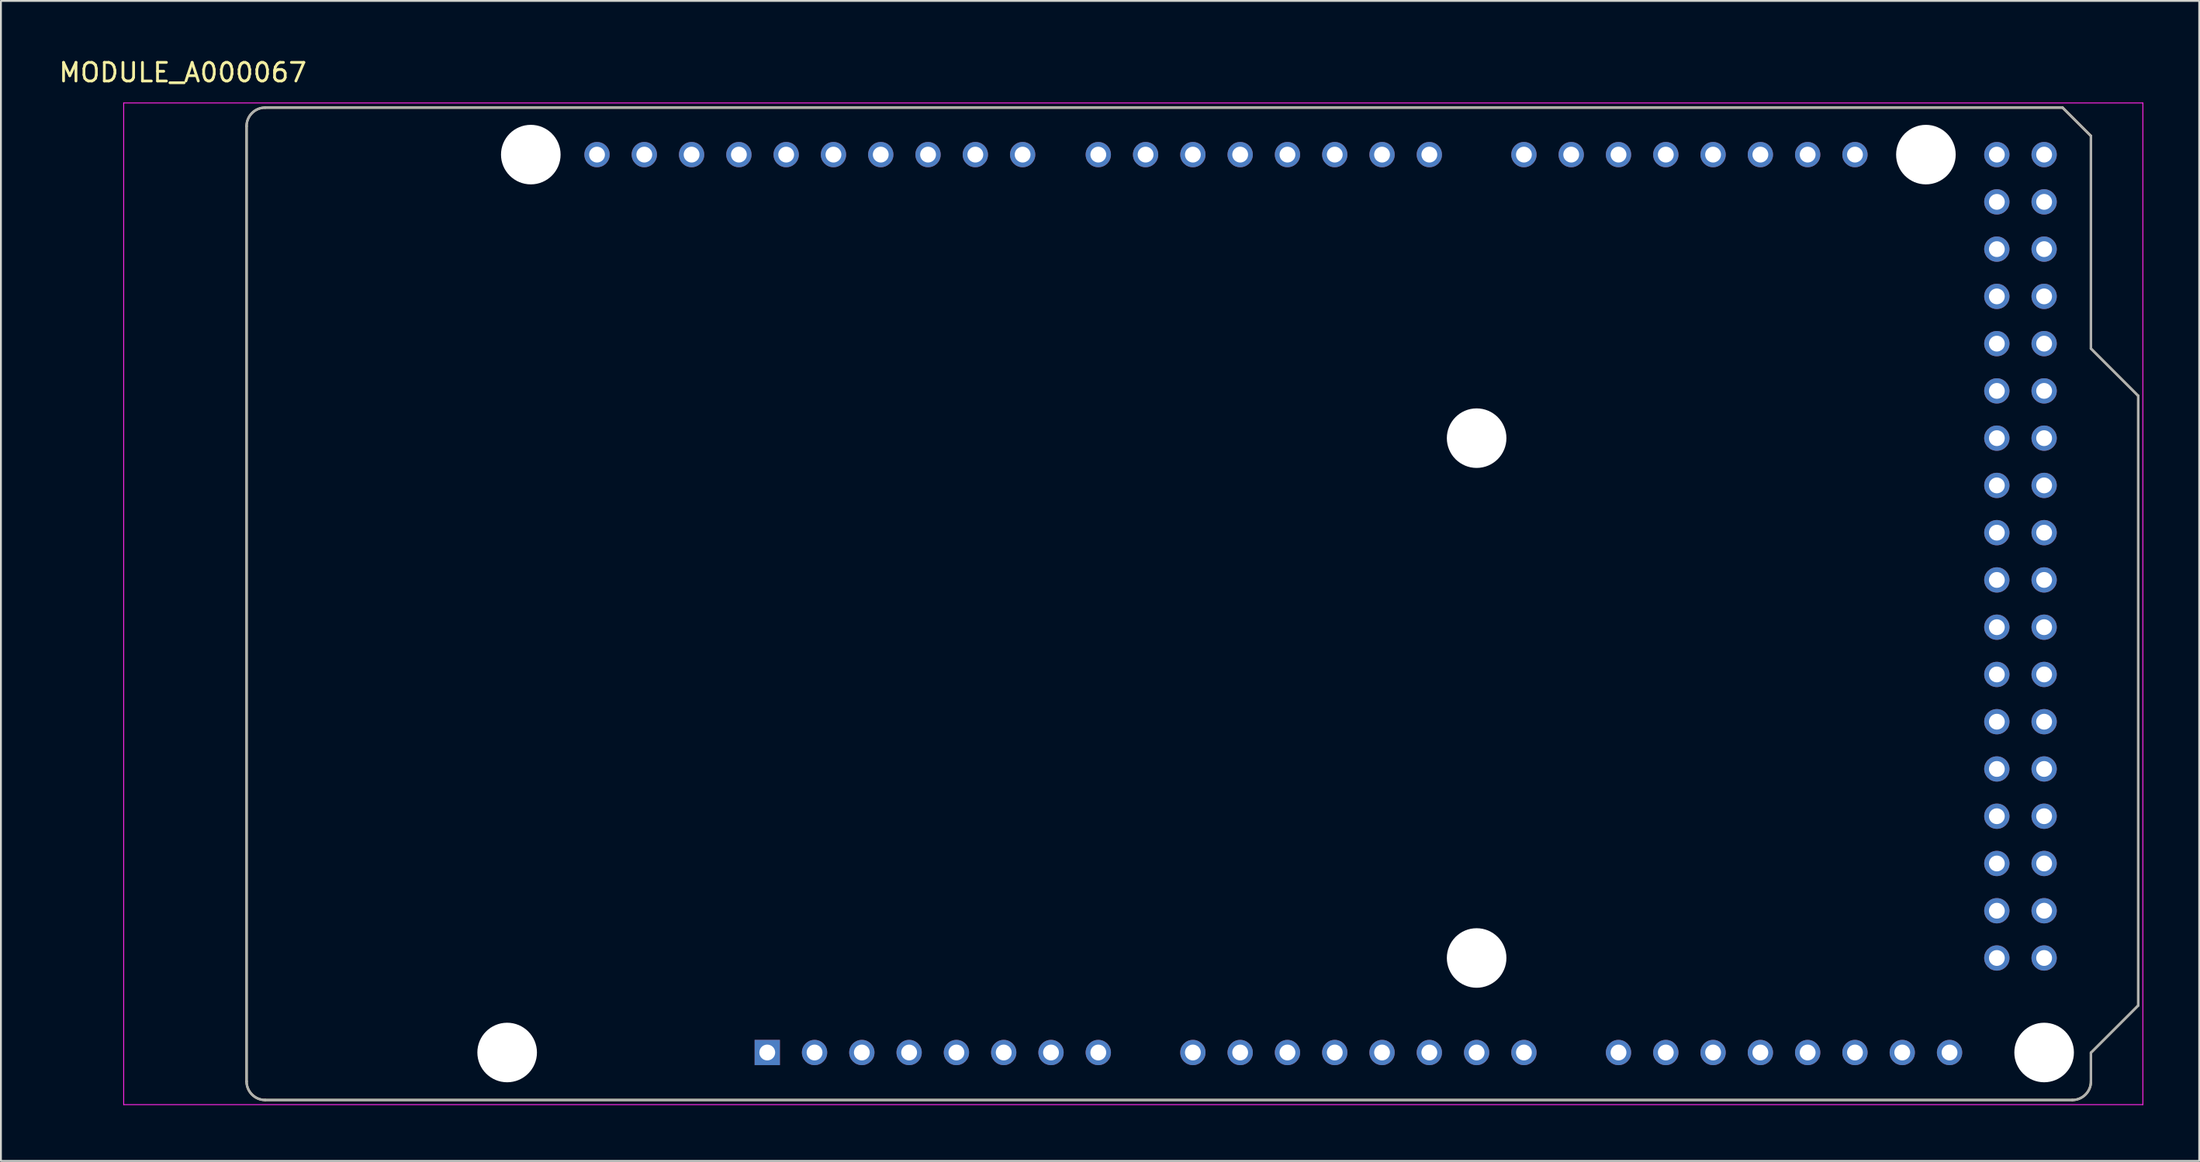
<source format=kicad_pcb>
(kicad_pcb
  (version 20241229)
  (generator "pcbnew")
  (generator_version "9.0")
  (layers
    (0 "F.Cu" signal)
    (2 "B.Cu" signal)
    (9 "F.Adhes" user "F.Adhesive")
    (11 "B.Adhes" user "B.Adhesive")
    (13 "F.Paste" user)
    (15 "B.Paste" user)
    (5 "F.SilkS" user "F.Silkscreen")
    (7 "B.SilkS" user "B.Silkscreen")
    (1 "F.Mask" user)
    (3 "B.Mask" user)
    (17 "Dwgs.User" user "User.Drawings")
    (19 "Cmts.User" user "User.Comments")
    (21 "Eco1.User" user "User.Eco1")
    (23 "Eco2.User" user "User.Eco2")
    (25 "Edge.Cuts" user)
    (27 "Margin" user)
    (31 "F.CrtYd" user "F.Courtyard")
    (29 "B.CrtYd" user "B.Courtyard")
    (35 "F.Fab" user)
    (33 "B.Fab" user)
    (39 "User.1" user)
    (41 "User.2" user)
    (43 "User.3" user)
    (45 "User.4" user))
  (footprint "MODULE_A000067"
    (layer "F.Cu")
    (at 60.993 29.403)
    (property "Reference" "MODULE_A000067" (at -54.225 -28.555 0) (layer "F.SilkS") (effects (font (size 1 1) (thickness 0.15))))
    (attr through_hole)
    (fp_line (start -50.8 25.67) (end -50.8 -25.67) (stroke (width 0.127) (type solid)) (layer "F.SilkS"))
    (fp_line (start -49.8 -26.67) (end 46.736 -26.67) (stroke (width 0.127) (type solid)) (layer "F.SilkS"))
    (fp_line (start 46.736 -26.67) (end 48.26 -25.146) (stroke (width 0.127) (type solid)) (layer "F.SilkS"))
    (fp_line (start 47.26 26.67) (end -49.8 26.67) (stroke (width 0.127) (type solid)) (layer "F.SilkS"))
    (fp_line (start 48.26 -25.146) (end 48.26 -13.716) (stroke (width 0.127) (type solid)) (layer "F.SilkS"))
    (fp_line (start 48.26 -13.716) (end 50.8 -11.176) (stroke (width 0.127) (type solid)) (layer "F.SilkS"))
    (fp_line (start 48.26 24.13) (end 48.26 25.67) (stroke (width 0.127) (type solid)) (layer "F.SilkS"))
    (fp_line (start 50.8 -11.176) (end 50.8 21.59) (stroke (width 0.127) (type solid)) (layer "F.SilkS"))
    (fp_line (start 50.8 21.59) (end 48.26 24.13) (stroke (width 0.127) (type solid)) (layer "F.SilkS"))
    (fp_arc (start -50.8 -25.67) (mid -50.507107 -26.377107) (end -49.8 -26.67) (stroke (width 0.127) (type solid)) (layer "F.SilkS"))
    (fp_arc (start -49.8 26.67) (mid -50.507107 26.377107) (end -50.8 25.67) (stroke (width 0.127) (type solid)) (layer "F.SilkS"))
    (fp_arc (start 48.26 25.67) (mid 47.967107 26.377107) (end 47.26 26.67) (stroke (width 0.127) (type solid)) (layer "F.SilkS"))
    (fp_line (start -57.4 -26.92) (end -57.4 26.92) (stroke (width 0.05) (type solid)) (layer "F.CrtYd"))
    (fp_line (start -57.4 26.92) (end 51.05 26.92) (stroke (width 0.05) (type solid)) (layer "F.CrtYd"))
    (fp_line (start 51.05 -26.92) (end -57.4 -26.92) (stroke (width 0.05) (type solid)) (layer "F.CrtYd"))
    (fp_line (start 51.05 26.92) (end 51.05 -26.92) (stroke (width 0.05) (type solid)) (layer "F.CrtYd"))
    (fp_line (start -50.8 25.67) (end -50.8 -25.67) (stroke (width 0.127) (type solid)) (layer "F.Fab"))
    (fp_line (start -49.8 -26.67) (end 46.736 -26.67) (stroke (width 0.127) (type solid)) (layer "F.Fab"))
    (fp_line (start 46.736 -26.67) (end 48.26 -25.146) (stroke (width 0.127) (type solid)) (layer "F.Fab"))
    (fp_line (start 47.26 26.67) (end -49.8 26.67) (stroke (width 0.127) (type solid)) (layer "F.Fab"))
    (fp_line (start 48.26 -25.146) (end 48.26 -13.716) (stroke (width 0.127) (type solid)) (layer "F.Fab"))
    (fp_line (start 48.26 -13.716) (end 50.8 -11.176) (stroke (width 0.127) (type solid)) (layer "F.Fab"))
    (fp_line (start 48.26 24.13) (end 48.26 25.67) (stroke (width 0.127) (type solid)) (layer "F.Fab"))
    (fp_line (start 50.8 -11.176) (end 50.8 21.59) (stroke (width 0.127) (type solid)) (layer "F.Fab"))
    (fp_line (start 50.8 21.59) (end 48.26 24.13) (stroke (width 0.127) (type solid)) (layer "F.Fab"))
    (fp_arc (start -50.8 -25.67) (mid -50.507107 -26.377107) (end -49.8 -26.67) (stroke (width 0.127) (type solid)) (layer "F.Fab"))
    (fp_arc (start -49.8 26.67) (mid -50.507107 26.377107) (end -50.8 25.67) (stroke (width 0.127) (type solid)) (layer "F.Fab"))
    (fp_arc (start 48.26 25.67) (mid 47.967107 26.377107) (end 47.26 26.67) (stroke (width 0.127) (type solid)) (layer "F.Fab"))
    (pad "" np_thru_hole circle (at -36.804 24.117) (size 3.2 3.2) (drill 3.2) (layers "*.Cu" "*.Mask"))
    (pad "" np_thru_hole circle (at -35.534 -24.143) (size 3.2 3.2) (drill 3.2) (layers "*.Cu" "*.Mask"))
    (pad "" np_thru_hole circle (at 15.266 -8.903) (size 3.2 3.2) (drill 3.2) (layers "*.Cu" "*.Mask"))
    (pad "" np_thru_hole circle (at 15.266 19.037) (size 3.2 3.2) (drill 3.2) (layers "*.Cu" "*.Mask"))
    (pad "" np_thru_hole circle (at 39.396 -24.143) (size 3.2 3.2) (drill 3.2) (layers "*.Cu" "*.Mask"))
    (pad "" np_thru_hole circle (at 45.746 24.117) (size 3.2 3.2) (drill 3.2) (layers "*.Cu" "*.Mask"))
    (pad "0" thru_hole circle (at 12.726 -24.143) (size 1.358 1.358) (drill 0.85) (layers "*.Cu" "*.Mask"))
    (pad "1" thru_hole circle (at 10.186 -24.143) (size 1.358 1.358) (drill 0.85) (layers "*.Cu" "*.Mask"))
    (pad "2" thru_hole circle (at 7.646 -24.143) (size 1.358 1.358) (drill 0.85) (layers "*.Cu" "*.Mask"))
    (pad "3" thru_hole circle (at 5.106 -24.143) (size 1.358 1.358) (drill 0.85) (layers "*.Cu" "*.Mask"))
    (pad "3V3" thru_hole circle (at -15.214 24.117) (size 1.358 1.358) (drill 0.85) (layers "*.Cu" "*.Mask"))
    (pad "4" thru_hole circle (at 2.566 -24.143) (size 1.358 1.358) (drill 0.85) (layers "*.Cu" "*.Mask"))
    (pad "5" thru_hole circle (at 0.026 -24.143) (size 1.358 1.358) (drill 0.85) (layers "*.Cu" "*.Mask"))
    (pad "5V_1" thru_hole circle (at -12.674 24.117) (size 1.358 1.358) (drill 0.85) (layers "*.Cu" "*.Mask"))
    (pad "5V_2" thru_hole circle (at 43.206 -24.143) (size 1.358 1.358) (drill 0.85) (layers "*.Cu" "*.Mask"))
    (pad "5V_3" thru_hole circle (at 45.746 -24.143) (size 1.358 1.358) (drill 0.85) (layers "*.Cu" "*.Mask"))
    (pad "6" thru_hole circle (at -2.514 -24.143) (size 1.358 1.358) (drill 0.85) (layers "*.Cu" "*.Mask"))
    (pad "7" thru_hole circle (at -5.054 -24.143) (size 1.358 1.358) (drill 0.85) (layers "*.Cu" "*.Mask"))
    (pad "8" thru_hole circle (at -9.118 -24.143) (size 1.358 1.358) (drill 0.85) (layers "*.Cu" "*.Mask"))
    (pad "9" thru_hole circle (at -11.658 -24.143) (size 1.358 1.358) (drill 0.85) (layers "*.Cu" "*.Mask"))
    (pad "10" thru_hole circle (at -14.198 -24.143) (size 1.358 1.358) (drill 0.85) (layers "*.Cu" "*.Mask"))
    (pad "11" thru_hole circle (at -16.738 -24.143) (size 1.358 1.358) (drill 0.85) (layers "*.Cu" "*.Mask"))
    (pad "12" thru_hole circle (at -19.278 -24.143) (size 1.358 1.358) (drill 0.85) (layers "*.Cu" "*.Mask"))
    (pad "13" thru_hole circle (at -21.818 -24.143) (size 1.358 1.358) (drill 0.85) (layers "*.Cu" "*.Mask"))
    (pad "14" thru_hole circle (at 17.806 -24.143) (size 1.358 1.358) (drill 0.85) (layers "*.Cu" "*.Mask"))
    (pad "15" thru_hole circle (at 20.346 -24.143) (size 1.358 1.358) (drill 0.85) (layers "*.Cu" "*.Mask"))
    (pad "16" thru_hole circle (at 22.886 -24.143) (size 1.358 1.358) (drill 0.85) (layers "*.Cu" "*.Mask"))
    (pad "17" thru_hole circle (at 25.426 -24.143) (size 1.358 1.358) (drill 0.85) (layers "*.Cu" "*.Mask"))
    (pad "18" thru_hole circle (at 27.966 -24.143) (size 1.358 1.358) (drill 0.85) (layers "*.Cu" "*.Mask"))
    (pad "19" thru_hole circle (at 30.506 -24.143) (size 1.358 1.358) (drill 0.85) (layers "*.Cu" "*.Mask"))
    (pad "20" thru_hole circle (at 33.046 -24.143) (size 1.358 1.358) (drill 0.85) (layers "*.Cu" "*.Mask"))
    (pad "21" thru_hole circle (at 35.586 -24.143) (size 1.358 1.358) (drill 0.85) (layers "*.Cu" "*.Mask"))
    (pad "22" thru_hole circle (at 43.206 -21.603) (size 1.358 1.358) (drill 0.85) (layers "*.Cu" "*.Mask"))
    (pad "23" thru_hole circle (at 45.746 -21.603) (size 1.358 1.358) (drill 0.85) (layers "*.Cu" "*.Mask"))
    (pad "24" thru_hole circle (at 43.206 -19.063) (size 1.358 1.358) (drill 0.85) (layers "*.Cu" "*.Mask"))
    (pad "25" thru_hole circle (at 45.746 -19.063) (size 1.358 1.358) (drill 0.85) (layers "*.Cu" "*.Mask"))
    (pad "26" thru_hole circle (at 43.206 -16.523) (size 1.358 1.358) (drill 0.85) (layers "*.Cu" "*.Mask"))
    (pad "27" thru_hole circle (at 45.746 -16.523) (size 1.358 1.358) (drill 0.85) (layers "*.Cu" "*.Mask"))
    (pad "28" thru_hole circle (at 43.206 -13.983) (size 1.358 1.358) (drill 0.85) (layers "*.Cu" "*.Mask"))
    (pad "29" thru_hole circle (at 45.746 -13.983) (size 1.358 1.358) (drill 0.85) (layers "*.Cu" "*.Mask"))
    (pad "30" thru_hole circle (at 43.206 -11.443) (size 1.358 1.358) (drill 0.85) (layers "*.Cu" "*.Mask"))
    (pad "31" thru_hole circle (at 45.746 -11.443) (size 1.358 1.358) (drill 0.85) (layers "*.Cu" "*.Mask"))
    (pad "32" thru_hole circle (at 43.206 -8.903) (size 1.358 1.358) (drill 0.85) (layers "*.Cu" "*.Mask"))
    (pad "33" thru_hole circle (at 45.746 -8.903) (size 1.358 1.358) (drill 0.85) (layers "*.Cu" "*.Mask"))
    (pad "34" thru_hole circle (at 43.206 -6.363) (size 1.358 1.358) (drill 0.85) (layers "*.Cu" "*.Mask"))
    (pad "35" thru_hole circle (at 45.746 -6.363) (size 1.358 1.358) (drill 0.85) (layers "*.Cu" "*.Mask"))
    (pad "36" thru_hole circle (at 43.206 -3.823) (size 1.358 1.358) (drill 0.85) (layers "*.Cu" "*.Mask"))
    (pad "37" thru_hole circle (at 45.746 -3.823) (size 1.358 1.358) (drill 0.85) (layers "*.Cu" "*.Mask"))
    (pad "38" thru_hole circle (at 43.206 -1.283) (size 1.358 1.358) (drill 0.85) (layers "*.Cu" "*.Mask"))
    (pad "39" thru_hole circle (at 45.746 -1.283) (size 1.358 1.358) (drill 0.85) (layers "*.Cu" "*.Mask"))
    (pad "40" thru_hole circle (at 43.206 1.257) (size 1.358 1.358) (drill 0.85) (layers "*.Cu" "*.Mask"))
    (pad "41" thru_hole circle (at 45.746 1.257) (size 1.358 1.358) (drill 0.85) (layers "*.Cu" "*.Mask"))
    (pad "42" thru_hole circle (at 43.206 3.797) (size 1.358 1.358) (drill 0.85) (layers "*.Cu" "*.Mask"))
    (pad "43" thru_hole circle (at 45.746 3.797) (size 1.358 1.358) (drill 0.85) (layers "*.Cu" "*.Mask"))
    (pad "44" thru_hole circle (at 43.206 6.337) (size 1.358 1.358) (drill 0.85) (layers "*.Cu" "*.Mask"))
    (pad "45" thru_hole circle (at 45.746 6.337) (size 1.358 1.358) (drill 0.85) (layers "*.Cu" "*.Mask"))
    (pad "46" thru_hole circle (at 43.206 8.877) (size 1.358 1.358) (drill 0.85) (layers "*.Cu" "*.Mask"))
    (pad "47" thru_hole circle (at 45.746 8.877) (size 1.358 1.358) (drill 0.85) (layers "*.Cu" "*.Mask"))
    (pad "48" thru_hole circle (at 43.206 11.417) (size 1.358 1.358) (drill 0.85) (layers "*.Cu" "*.Mask"))
    (pad "49" thru_hole circle (at 45.746 11.417) (size 1.358 1.358) (drill 0.85) (layers "*.Cu" "*.Mask"))
    (pad "50" thru_hole circle (at 43.206 13.957) (size 1.358 1.358) (drill 0.85) (layers "*.Cu" "*.Mask"))
    (pad "51" thru_hole circle (at 45.746 13.957) (size 1.358 1.358) (drill 0.85) (layers "*.Cu" "*.Mask"))
    (pad "52" thru_hole circle (at 43.206 16.497) (size 1.358 1.358) (drill 0.85) (layers "*.Cu" "*.Mask"))
    (pad "53" thru_hole circle (at 45.746 16.497) (size 1.358 1.358) (drill 0.85) (layers "*.Cu" "*.Mask"))
    (pad "AD0" thru_hole circle (at 0.026 24.117) (size 1.358 1.358) (drill 0.85) (layers "*.Cu" "*.Mask"))
    (pad "AD1" thru_hole circle (at 2.566 24.117) (size 1.358 1.358) (drill 0.85) (layers "*.Cu" "*.Mask"))
    (pad "AD2" thru_hole circle (at 5.106 24.117) (size 1.358 1.358) (drill 0.85) (layers "*.Cu" "*.Mask"))
    (pad "AD3" thru_hole circle (at 7.646 24.117) (size 1.358 1.358) (drill 0.85) (layers "*.Cu" "*.Mask"))
    (pad "AD4" thru_hole circle (at 10.186 24.117) (size 1.358 1.358) (drill 0.85) (layers "*.Cu" "*.Mask"))
    (pad "AD5" thru_hole circle (at 12.726 24.117) (size 1.358 1.358) (drill 0.85) (layers "*.Cu" "*.Mask"))
    (pad "AD6" thru_hole circle (at 15.266 24.117) (size 1.358 1.358) (drill 0.85) (layers "*.Cu" "*.Mask"))
    (pad "AD7" thru_hole circle (at 17.806 24.117) (size 1.358 1.358) (drill 0.85) (layers "*.Cu" "*.Mask"))
    (pad "AD8" thru_hole circle (at 22.886 24.117) (size 1.358 1.358) (drill 0.85) (layers "*.Cu" "*.Mask"))
    (pad "AD9" thru_hole circle (at 25.426 24.117) (size 1.358 1.358) (drill 0.85) (layers "*.Cu" "*.Mask"))
    (pad "AD10" thru_hole circle (at 27.966 24.117) (size 1.358 1.358) (drill 0.85) (layers "*.Cu" "*.Mask"))
    (pad "AD11" thru_hole circle (at 30.506 24.117) (size 1.358 1.358) (drill 0.85) (layers "*.Cu" "*.Mask"))
    (pad "AD12" thru_hole circle (at 33.046 24.117) (size 1.358 1.358) (drill 0.85) (layers "*.Cu" "*.Mask"))
    (pad "AD13" thru_hole circle (at 35.586 24.117) (size 1.358 1.358) (drill 0.85) (layers "*.Cu" "*.Mask"))
    (pad "AD14" thru_hole circle (at 38.126 24.117) (size 1.358 1.358) (drill 0.85) (layers "*.Cu" "*.Mask"))
    (pad "AD15" thru_hole circle (at 40.666 24.117) (size 1.358 1.358) (drill 0.85) (layers "*.Cu" "*.Mask"))
    (pad "AREF" thru_hole circle (at -26.898 -24.143) (size 1.358 1.358) (drill 0.85) (layers "*.Cu" "*.Mask"))
    (pad "GND1" thru_hole circle (at -10.134 24.117) (size 1.358 1.358) (drill 0.85) (layers "*.Cu" "*.Mask"))
    (pad "GND2" thru_hole circle (at -7.594 24.117) (size 1.358 1.358) (drill 0.85) (layers "*.Cu" "*.Mask"))
    (pad "GND3" thru_hole circle (at -24.358 -24.143) (size 1.358 1.358) (drill 0.85) (layers "*.Cu" "*.Mask"))
    (pad "GND4" thru_hole circle (at 43.206 19.037) (size 1.358 1.358) (drill 0.85) (layers "*.Cu" "*.Mask"))
    (pad "GND5" thru_hole circle (at 45.746 19.037) (size 1.358 1.358) (drill 0.85) (layers "*.Cu" "*.Mask"))
    (pad "IOREF" thru_hole circle (at -20.294 24.117) (size 1.358 1.358) (drill 0.85) (layers "*.Cu" "*.Mask"))
    (pad "NC" thru_hole rect (at -22.834 24.117) (size 1.358 1.358) (drill 0.85) (layers "*.Cu" "*.Mask"))
    (pad "RESET" thru_hole circle (at -17.754 24.117) (size 1.358 1.358) (drill 0.85) (layers "*.Cu" "*.Mask"))
    (pad "SCL" thru_hole circle (at -31.978 -24.143) (size 1.358 1.358) (drill 0.85) (layers "*.Cu" "*.Mask"))
    (pad "SDA" thru_hole circle (at -29.438 -24.143) (size 1.358 1.358) (drill 0.85) (layers "*.Cu" "*.Mask"))
    (pad "VIN" thru_hole circle (at -5.054 24.117) (size 1.358 1.358) (drill 0.85) (layers "*.Cu" "*.Mask")))
  (gr_rect
    (start -3 -3)
    (end 115.068 59.348)
    (stroke (width 0.1) (type default))
    (fill no)
    (layer "Edge.Cuts")))
</source>
